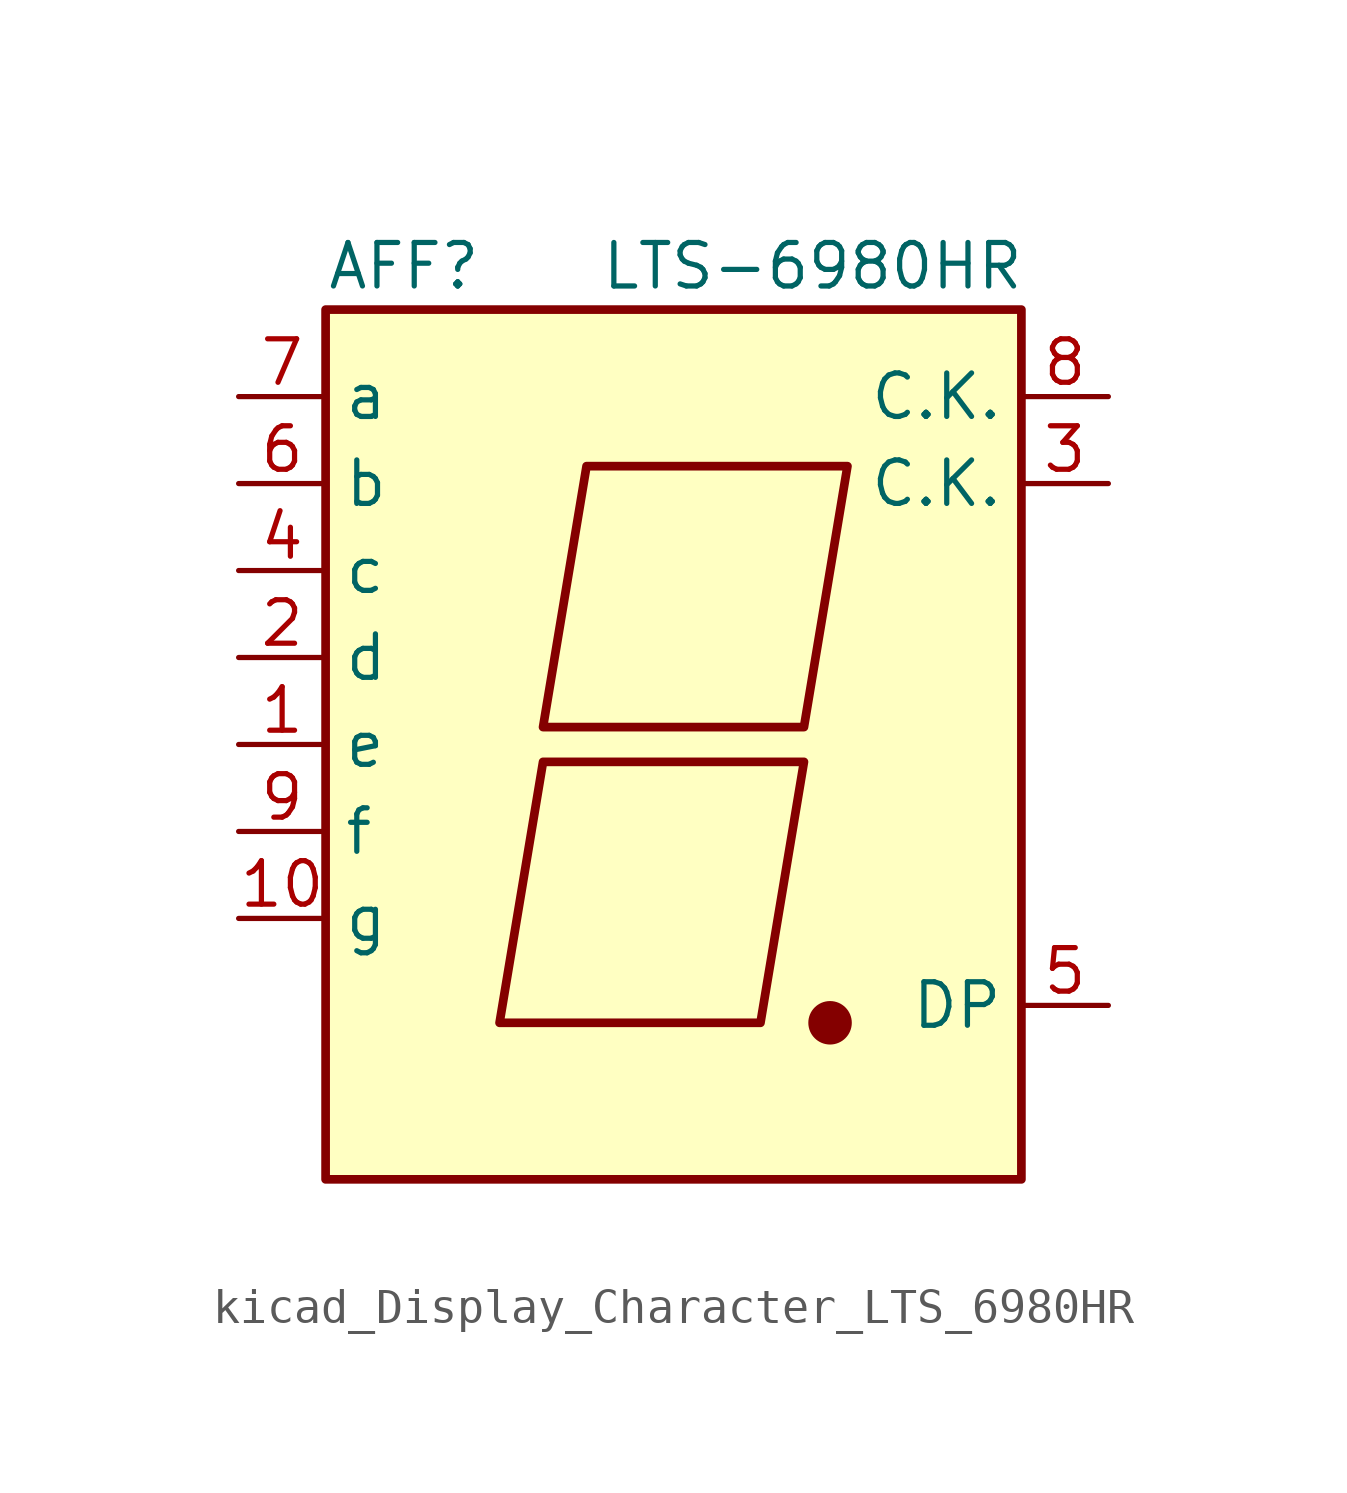
<source format=kicad_sym>
(kicad_symbol_lib
  (version 20220914)
  (generator kicad_symbol_editor)
  (symbol "kicad_Display_Character_LTS_6980HR"
    (property "Reference" "AFF"
      (at -7.874 13.97 0)
      (effects (font (size 1.27 1.27))))
    (property "Value" "LTS-6980HR"
      (at 4.064 13.97 0)
      (effects (font (size 1.27 1.27))))
    (symbol "kicad_Display_Character_LTS_6980HR_0_1"
      (rectangle (start -10.16 12.7) (end 10.16 -12.7) (stroke (width 0.254) (type default)) (fill (type background)))
      (polyline (pts (xy -3.81 -0.508) (xy 3.81 -0.508) (xy 2.54 -8.128) (xy -5.08 -8.128) (xy -3.81 -0.508) (xy -3.81 -0.508)) (stroke (width 0.254) (type default)) (fill (type none)))
      (polyline (pts (xy -2.54 8.128) (xy 5.08 8.128) (xy 3.81 0.508) (xy -3.81 0.508) (xy -2.54 8.128) (xy -2.54 8.128)) (stroke (width 0.254) (type default)) (fill (type none)))
      (circle (center 4.572 -8.128) (radius 0.508) (stroke (width 0.254) (type default)) (fill (type outline))))
    (symbol "kicad_Display_Character_LTS_6980HR_1_1"
      (pin passive line (at -12.7 0 0) (length 2.54) (name "e" (effects (font (size 1.27 1.27)))) (number "1" (effects (font (size 1.27 1.27)))))
      (pin passive line (at -12.7 -5.08 0) (length 2.54) (name "g" (effects (font (size 1.27 1.27)))) (number "10" (effects (font (size 1.27 1.27)))))
      (pin passive line (at -12.7 2.54 0) (length 2.54) (name "d" (effects (font (size 1.27 1.27)))) (number "2" (effects (font (size 1.27 1.27)))))
      (pin passive line (at 12.7 7.62 180) (length 2.54) (name "C.K." (effects (font (size 1.27 1.27)))) (number "3" (effects (font (size 1.27 1.27)))))
      (pin passive line (at -12.7 5.08 0) (length 2.54) (name "c" (effects (font (size 1.27 1.27)))) (number "4" (effects (font (size 1.27 1.27)))))
      (pin passive line (at 12.7 -7.62 180) (length 2.54) (name "DP" (effects (font (size 1.27 1.27)))) (number "5" (effects (font (size 1.27 1.27)))))
      (pin passive line (at -12.7 7.62 0) (length 2.54) (name "b" (effects (font (size 1.27 1.27)))) (number "6" (effects (font (size 1.27 1.27)))))
      (pin passive line (at -12.7 10.16 0) (length 2.54) (name "a" (effects (font (size 1.27 1.27)))) (number "7" (effects (font (size 1.27 1.27)))))
      (pin passive line (at 12.7 10.16 180) (length 2.54) (name "C.K." (effects (font (size 1.27 1.27)))) (number "8" (effects (font (size 1.27 1.27)))))
      (pin passive line (at -12.7 -2.54 0) (length 2.54) (name "f" (effects (font (size 1.27 1.27)))) (number "9" (effects (font (size 1.27 1.27))))))))
</source>
